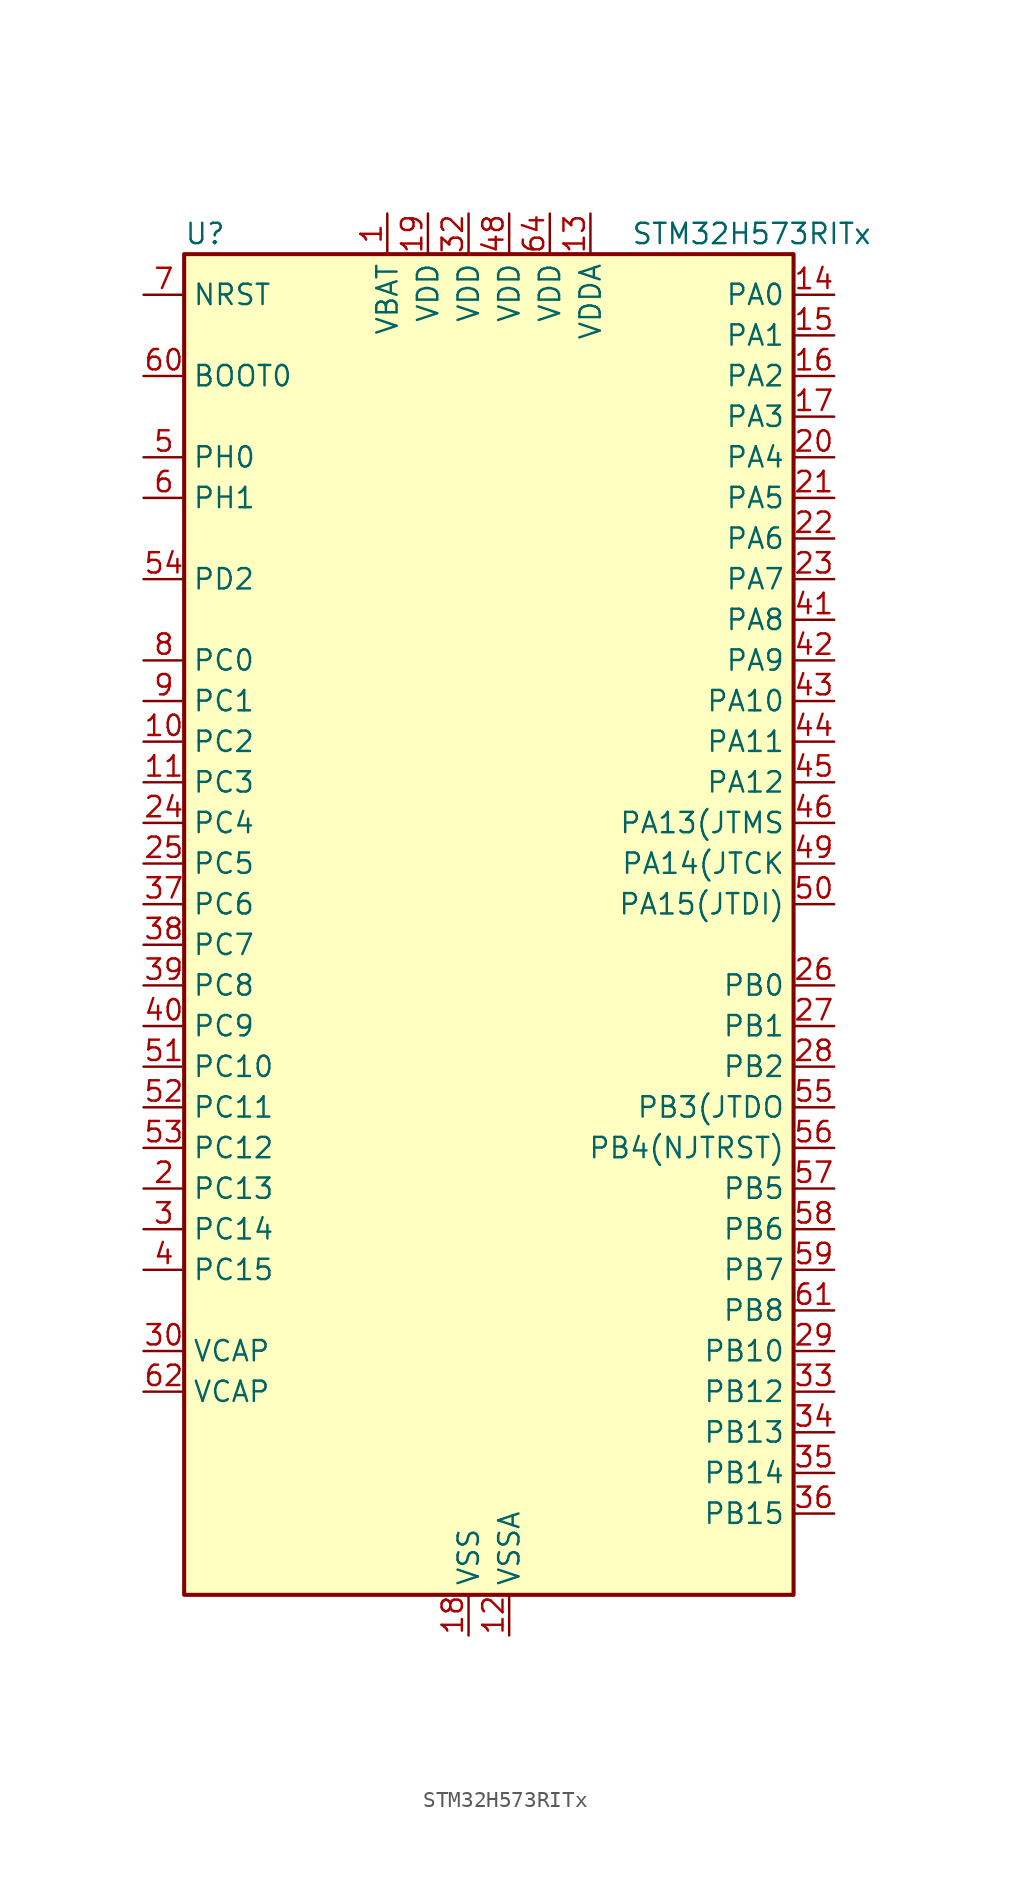
<source format=kicad_sym>
(kicad_symbol_lib
  (version 20231120)
  (generator "kicad-library-utils")
  (generator_version "8.0")
  (symbol "STM32H573RITx"
    (property "Reference" "U"
      (at -17.78 44.45 0)
      (effects (font (size 1.27 1.27)) (justify left)))
    (property "Value" "STM32H573RITx"
      (at 10.16 44.45 0)
      (effects (font (size 1.27 1.27)) (justify left)))
    (symbol "STM32H573RITx_0_1"
      (rectangle (start -17.78 -40.64) (end 20.32 43.18) (stroke (width 0.254) (type default)) (fill (type background))))
    (symbol "STM32H573RITx_1_1"
      (pin power_in line (at -5.08 45.72 270) (length 2.54) (name "VBAT" (effects (font (size 1.27 1.27)))) (number "1" (effects (font (size 1.27 1.27)))))
      (pin bidirectional line (at -20.32 12.7 0) (length 2.54) (name "PC2" (effects (font (size 1.27 1.27)))) (number "10" (effects (font (size 1.27 1.27)))) (alternate "ADC1_INN11" bidirectional line) (alternate "ADC1_INP12" bidirectional line) (alternate "ADC2_INN11" bidirectional line) (alternate "ADC2_INP12" bidirectional line) (alternate "ETH_TXD2" bidirectional line) (alternate "I2S2_SDI" bidirectional line) (alternate "OCTOSPI1_IO2" bidirectional line) (alternate "OCTOSPI1_IO5" bidirectional line) (alternate "PWR_CSLEEP" bidirectional line) (alternate "SPI2_MISO" bidirectional line) (alternate "TIM17_CH1" bidirectional line) (alternate "TIM4_CH4" bidirectional line))
      (pin bidirectional line (at -20.32 10.16 0) (length 2.54) (name "PC3" (effects (font (size 1.27 1.27)))) (number "11" (effects (font (size 1.27 1.27)))) (alternate "ADC1_INN12" bidirectional line) (alternate "ADC1_INP13" bidirectional line) (alternate "ADC2_INN12" bidirectional line) (alternate "ADC2_INP13" bidirectional line) (alternate "ETH_TX_CLK" bidirectional line) (alternate "I2S2_SDO" bidirectional line) (alternate "LPTIM3_CH1" bidirectional line) (alternate "OCTOSPI1_IO0" bidirectional line) (alternate "OCTOSPI1_IO6" bidirectional line) (alternate "PWR_CSTOP" bidirectional line) (alternate "SAI1_D3" bidirectional line) (alternate "SPI2_MOSI" bidirectional line))
      (pin power_in line (at 2.54 -43.18 90) (length 2.54) (name "VSSA" (effects (font (size 1.27 1.27)))) (number "12" (effects (font (size 1.27 1.27)))))
      (pin power_in line (at 7.62 45.72 270) (length 2.54) (name "VDDA" (effects (font (size 1.27 1.27)))) (number "13" (effects (font (size 1.27 1.27)))))
      (pin bidirectional line (at 22.86 40.64 180) (length 2.54) (name "PA0" (effects (font (size 1.27 1.27)))) (number "14" (effects (font (size 1.27 1.27)))) (alternate "ADC1_INN1" bidirectional line) (alternate "ADC1_INP0" bidirectional line) (alternate "ADC2_INN1" bidirectional line) (alternate "ADC2_INP0" bidirectional line) (alternate "ETH_CRS" bidirectional line) (alternate "PWR_WKUP1" bidirectional line) (alternate "SAI2_SD_B" bidirectional line) (alternate "SPI3_RDY" bidirectional line) (alternate "SPI6_NSS" bidirectional line) (alternate "TAMP_IN2" bidirectional line) (alternate "TAMP_OUT1" bidirectional line) (alternate "TIM15_BKIN" bidirectional line) (alternate "TIM2_CH1" bidirectional line) (alternate "TIM2_ETR" bidirectional line) (alternate "TIM5_CH1" bidirectional line) (alternate "TIM8_ETR" bidirectional line) (alternate "UART4_TX" bidirectional line) (alternate "USART2_CTS" bidirectional line) (alternate "USART2_NSS" bidirectional line))
      (pin bidirectional line (at 22.86 38.1 180) (length 2.54) (name "PA1" (effects (font (size 1.27 1.27)))) (number "15" (effects (font (size 1.27 1.27)))) (alternate "ADC1_INP1" bidirectional line) (alternate "ADC2_INP1" bidirectional line) (alternate "ETH_REF_CLK" bidirectional line) (alternate "ETH_RX_CLK" bidirectional line) (alternate "LPTIM1_IN1" bidirectional line) (alternate "OCTOSPI1_DQS" bidirectional line) (alternate "OCTOSPI1_IO3" bidirectional line) (alternate "SAI2_MCLK_B" bidirectional line) (alternate "TAMP_IN5" bidirectional line) (alternate "TAMP_OUT4" bidirectional line) (alternate "TIM15_CH1N" bidirectional line) (alternate "TIM2_CH2" bidirectional line) (alternate "TIM5_CH2" bidirectional line) (alternate "UART4_RX" bidirectional line) (alternate "USART2_RTS" bidirectional line))
      (pin bidirectional line (at 22.86 35.56 180) (length 2.54) (name "PA2" (effects (font (size 1.27 1.27)))) (number "16" (effects (font (size 1.27 1.27)))) (alternate "ADC1_INP14" bidirectional line) (alternate "ADC2_INP14" bidirectional line) (alternate "ETH_MDIO" bidirectional line) (alternate "LPTIM1_IN2" bidirectional line) (alternate "PWR_WKUP2" bidirectional line) (alternate "SAI2_SCK_B" bidirectional line) (alternate "TAMP_IN4" bidirectional line) (alternate "TAMP_OUT3" bidirectional line) (alternate "TIM15_CH1" bidirectional line) (alternate "TIM2_CH3" bidirectional line) (alternate "TIM5_CH3" bidirectional line) (alternate "USART2_TX" bidirectional line))
      (pin bidirectional line (at 22.86 33.02 180) (length 2.54) (name "PA3" (effects (font (size 1.27 1.27)))) (number "17" (effects (font (size 1.27 1.27)))) (alternate "ADC1_INP15" bidirectional line) (alternate "ADC2_INP15" bidirectional line) (alternate "ETH_COL" bidirectional line) (alternate "I2S2_WS" bidirectional line) (alternate "OCTOSPI1_CLK" bidirectional line) (alternate "SAI1_SD_B" bidirectional line) (alternate "SPI2_NSS" bidirectional line) (alternate "TIM15_CH2" bidirectional line) (alternate "TIM2_CH4" bidirectional line) (alternate "TIM5_CH4" bidirectional line) (alternate "USART2_RX" bidirectional line))
      (pin power_in line (at 0 -43.18 90) (length 2.54) (name "VSS" (effects (font (size 1.27 1.27)))) (number "18" (effects (font (size 1.27 1.27)))))
      (pin power_in line (at -2.54 45.72 270) (length 2.54) (name "VDD" (effects (font (size 1.27 1.27)))) (number "19" (effects (font (size 1.27 1.27)))))
      (pin bidirectional line (at -20.32 -15.24 0) (length 2.54) (name "PC13" (effects (font (size 1.27 1.27)))) (number "2" (effects (font (size 1.27 1.27)))) (alternate "PWR_WKUP4" bidirectional line) (alternate "RTC_OUT1" bidirectional line) (alternate "RTC_TS" bidirectional line) (alternate "TAMP_IN1" bidirectional line) (alternate "TAMP_OUT2" bidirectional line) (alternate "TAMP_OUT3" bidirectional line))
      (pin bidirectional line (at 22.86 30.48 180) (length 2.54) (name "PA4" (effects (font (size 1.27 1.27)))) (number "20" (effects (font (size 1.27 1.27)))) (alternate "ADC1_INP18" bidirectional line) (alternate "ADC2_INP18" bidirectional line) (alternate "DAC1_OUT1" bidirectional line) (alternate "DCMI_HSYNC" bidirectional line) (alternate "I2S1_WS" bidirectional line) (alternate "I2S3_WS" bidirectional line) (alternate "LPTIM2_CH1" bidirectional line) (alternate "PSSI_DE" bidirectional line) (alternate "SPI1_NSS" bidirectional line) (alternate "SPI3_NSS" bidirectional line) (alternate "SPI6_NSS" bidirectional line) (alternate "TIM5_ETR" bidirectional line) (alternate "USART2_CK" bidirectional line))
      (pin bidirectional line (at 22.86 27.94 180) (length 2.54) (name "PA5" (effects (font (size 1.27 1.27)))) (number "21" (effects (font (size 1.27 1.27)))) (alternate "ADC1_INN18" bidirectional line) (alternate "ADC1_INP19" bidirectional line) (alternate "ADC2_INN18" bidirectional line) (alternate "ADC2_INP19" bidirectional line) (alternate "DAC1_OUT2" bidirectional line) (alternate "ETH_TX_EN" bidirectional line) (alternate "I2S1_CK" bidirectional line) (alternate "PSSI_D14" bidirectional line) (alternate "SPI1_SCK" bidirectional line) (alternate "SPI6_SCK" bidirectional line) (alternate "TIM2_CH1" bidirectional line) (alternate "TIM2_ETR" bidirectional line) (alternate "TIM8_CH1N" bidirectional line))
      (pin bidirectional line (at 22.86 25.4 180) (length 2.54) (name "PA6" (effects (font (size 1.27 1.27)))) (number "22" (effects (font (size 1.27 1.27)))) (alternate "ADC1_INP3" bidirectional line) (alternate "ADC2_INP3" bidirectional line) (alternate "DCMI_PIXCLK" bidirectional line) (alternate "I2S1_SDI" bidirectional line) (alternate "OCTOSPI1_IO3" bidirectional line) (alternate "PSSI_PDCK" bidirectional line) (alternate "SPI1_MISO" bidirectional line) (alternate "SPI6_MISO" bidirectional line) (alternate "TIM13_CH1" bidirectional line) (alternate "TIM1_BKIN" bidirectional line) (alternate "TIM3_CH1" bidirectional line) (alternate "TIM8_BKIN" bidirectional line) (alternate "USART11_TX" bidirectional line))
      (pin bidirectional line (at 22.86 22.86 180) (length 2.54) (name "PA7" (effects (font (size 1.27 1.27)))) (number "23" (effects (font (size 1.27 1.27)))) (alternate "ADC1_INN3" bidirectional line) (alternate "ADC1_INP7" bidirectional line) (alternate "ADC2_INN3" bidirectional line) (alternate "ADC2_INP7" bidirectional line) (alternate "ETH_CRS_DV" bidirectional line) (alternate "ETH_RX_DV" bidirectional line) (alternate "I2S1_SDO" bidirectional line) (alternate "OCTOSPI1_IO2" bidirectional line) (alternate "SPI1_MOSI" bidirectional line) (alternate "SPI6_MOSI" bidirectional line) (alternate "TIM14_CH1" bidirectional line) (alternate "TIM1_CH1N" bidirectional line) (alternate "TIM3_CH2" bidirectional line) (alternate "TIM8_CH1N" bidirectional line) (alternate "USART11_RX" bidirectional line))
      (pin bidirectional line (at -20.32 7.62 0) (length 2.54) (name "PC4" (effects (font (size 1.27 1.27)))) (number "24" (effects (font (size 1.27 1.27)))) (alternate "ADC1_INP4" bidirectional line) (alternate "ADC2_INP4" bidirectional line) (alternate "ETH_RXD0" bidirectional line) (alternate "I2S1_MCK" bidirectional line) (alternate "LPTIM2_ETR" bidirectional line) (alternate "SAI1_CK1" bidirectional line) (alternate "TIM2_CH4" bidirectional line) (alternate "USART3_RX" bidirectional line))
      (pin bidirectional line (at -20.32 5.08 0) (length 2.54) (name "PC5" (effects (font (size 1.27 1.27)))) (number "25" (effects (font (size 1.27 1.27)))) (alternate "ADC1_INN4" bidirectional line) (alternate "ADC1_INP8" bidirectional line) (alternate "ADC2_INN4" bidirectional line) (alternate "ADC2_INP8" bidirectional line) (alternate "ETH_RXD1" bidirectional line) (alternate "OCTOSPI1_DQS" bidirectional line) (alternate "PSSI_D15" bidirectional line) (alternate "SAI1_D3" bidirectional line) (alternate "SAI1_FS_A" bidirectional line) (alternate "TIM1_CH4N" bidirectional line))
      (pin bidirectional line (at 22.86 -2.54 180) (length 2.54) (name "PB0" (effects (font (size 1.27 1.27)))) (number "26" (effects (font (size 1.27 1.27)))) (alternate "ADC1_INN5" bidirectional line) (alternate "ADC1_INP9" bidirectional line) (alternate "ADC2_INN5" bidirectional line) (alternate "ADC2_INP9" bidirectional line) (alternate "ETH_RXD2" bidirectional line) (alternate "LPTIM3_CH1" bidirectional line) (alternate "OCTOSPI1_IO1" bidirectional line) (alternate "TIM1_CH2N" bidirectional line) (alternate "TIM3_CH3" bidirectional line) (alternate "TIM8_CH2N" bidirectional line) (alternate "UART4_CTS" bidirectional line) (alternate "USART11_CK" bidirectional line))
      (pin bidirectional line (at 22.86 -5.08 180) (length 2.54) (name "PB1" (effects (font (size 1.27 1.27)))) (number "27" (effects (font (size 1.27 1.27)))) (alternate "ADC1_INP5" bidirectional line) (alternate "ADC2_INP5" bidirectional line) (alternate "ETH_RXD3" bidirectional line) (alternate "LPTIM3_CH2" bidirectional line) (alternate "OCTOSPI1_IO0" bidirectional line) (alternate "TIM1_CH3N" bidirectional line) (alternate "TIM3_CH4" bidirectional line) (alternate "TIM8_CH3N" bidirectional line))
      (pin bidirectional line (at 22.86 -7.62 180) (length 2.54) (name "PB2" (effects (font (size 1.27 1.27)))) (number "28" (effects (font (size 1.27 1.27)))) (alternate "I2S3_SDO" bidirectional line) (alternate "LPTIM1_CH1" bidirectional line) (alternate "LPTIM5_ETR" bidirectional line) (alternate "OCTOSPI1_CLK" bidirectional line) (alternate "OCTOSPI1_DQS" bidirectional line) (alternate "RCC_LSCO" bidirectional line) (alternate "RTC_OUT2" bidirectional line) (alternate "SAI1_D1" bidirectional line) (alternate "SAI1_SD_A" bidirectional line) (alternate "SDMMC1_CMD" bidirectional line) (alternate "SPI1_RDY" bidirectional line) (alternate "SPI3_MOSI" bidirectional line) (alternate "TIM8_CH4N" bidirectional line))
      (pin bidirectional line (at 22.86 -25.4 180) (length 2.54) (name "PB10" (effects (font (size 1.27 1.27)))) (number "29" (effects (font (size 1.27 1.27)))) (alternate "ETH_RX_ER" bidirectional line) (alternate "I2C2_SCL" bidirectional line) (alternate "I2S2_CK" bidirectional line) (alternate "LPTIM2_IN1" bidirectional line) (alternate "LPTIM3_CH1" bidirectional line) (alternate "OCTOSPI1_NCS" bidirectional line) (alternate "SPI2_SCK" bidirectional line) (alternate "TIM2_CH3" bidirectional line) (alternate "USART3_TX" bidirectional line))
      (pin bidirectional line (at -20.32 -17.78 0) (length 2.54) (name "PC14" (effects (font (size 1.27 1.27)))) (number "3" (effects (font (size 1.27 1.27)))) (alternate "RCC_OSC32_IN" bidirectional line))
      (pin power_out line (at -20.32 -25.4 0) (length 2.54) (name "VCAP" (effects (font (size 1.27 1.27)))) (number "30" (effects (font (size 1.27 1.27)))))
      (pin passive line (at 0 -43.18 90) (length 2.54) hide (name "VSS" (effects (font (size 1.27 1.27)))) (number "31" (effects (font (size 1.27 1.27)))))
      (pin power_in line (at 0 45.72 270) (length 2.54) (name "VDD" (effects (font (size 1.27 1.27)))) (number "32" (effects (font (size 1.27 1.27)))))
      (pin bidirectional line (at 22.86 -27.94 180) (length 2.54) (name "PB12" (effects (font (size 1.27 1.27)))) (number "33" (effects (font (size 1.27 1.27)))) (alternate "ETH_TXD0" bidirectional line) (alternate "FDCAN2_RX" bidirectional line) (alternate "I2C2_SDA" bidirectional line) (alternate "I2S2_WS" bidirectional line) (alternate "OCTOSPI1_NCLK" bidirectional line) (alternate "SPI2_NSS" bidirectional line) (alternate "TIM1_BKIN" bidirectional line) (alternate "UART5_RX" bidirectional line) (alternate "UCPD1_FRSTX" bidirectional line) (alternate "USART3_CK" bidirectional line))
      (pin bidirectional line (at 22.86 -30.48 180) (length 2.54) (name "PB13" (effects (font (size 1.27 1.27)))) (number "34" (effects (font (size 1.27 1.27)))) (alternate "FDCAN2_TX" bidirectional line) (alternate "I2C2_SMBA" bidirectional line) (alternate "I2S2_CK" bidirectional line) (alternate "LPTIM2_CH1" bidirectional line) (alternate "LPTIM3_IN1" bidirectional line) (alternate "SDMMC1_D0" bidirectional line) (alternate "SPI2_SCK" bidirectional line) (alternate "TIM1_CH1N" bidirectional line) (alternate "UART5_TX" bidirectional line) (alternate "UCPD1_CC1" bidirectional line) (alternate "USART3_CTS" bidirectional line) (alternate "USART3_NSS" bidirectional line))
      (pin bidirectional line (at 22.86 -33.02 180) (length 2.54) (name "PB14" (effects (font (size 1.27 1.27)))) (number "35" (effects (font (size 1.27 1.27)))) (alternate "I2S2_SDI" bidirectional line) (alternate "LPTIM3_ETR" bidirectional line) (alternate "SPI2_MISO" bidirectional line) (alternate "TIM12_CH1" bidirectional line) (alternate "TIM1_CH2N" bidirectional line) (alternate "TIM8_CH2N" bidirectional line) (alternate "UART4_DE" bidirectional line) (alternate "UART4_RTS" bidirectional line) (alternate "UCPD1_CC2" bidirectional line) (alternate "USART1_TX" bidirectional line) (alternate "USART3_RTS" bidirectional line))
      (pin bidirectional line (at 22.86 -35.56 180) (length 2.54) (name "PB15" (effects (font (size 1.27 1.27)))) (number "36" (effects (font (size 1.27 1.27)))) (alternate "ADC1_EXTI15" bidirectional line) (alternate "ADC2_EXTI15" bidirectional line) (alternate "DCMI_D2" bidirectional line) (alternate "ETH_TXD1" bidirectional line) (alternate "I2S2_SDO" bidirectional line) (alternate "OCTOSPI1_CLK" bidirectional line) (alternate "PSSI_D2" bidirectional line) (alternate "PWR_PVD_IN" bidirectional line) (alternate "RTC_REFIN" bidirectional line) (alternate "SPI2_MOSI" bidirectional line) (alternate "TIM12_CH2" bidirectional line) (alternate "TIM1_CH3N" bidirectional line) (alternate "TIM8_CH3N" bidirectional line) (alternate "UART4_CTS" bidirectional line) (alternate "UART5_RX" bidirectional line) (alternate "USART11_CTS" bidirectional line) (alternate "USART11_NSS" bidirectional line) (alternate "USART1_RX" bidirectional line))
      (pin bidirectional line (at -20.32 2.54 0) (length 2.54) (name "PC6" (effects (font (size 1.27 1.27)))) (number "37" (effects (font (size 1.27 1.27)))) (alternate "DCMI_D0" bidirectional line) (alternate "I2S2_MCK" bidirectional line) (alternate "OCTOSPI1_IO5" bidirectional line) (alternate "PSSI_D0" bidirectional line) (alternate "SAI1_SCK_A" bidirectional line) (alternate "SDMMC1_D0DIR" bidirectional line) (alternate "SDMMC1_D6" bidirectional line) (alternate "TIM3_CH1" bidirectional line) (alternate "TIM8_CH1" bidirectional line) (alternate "USART6_TX" bidirectional line))
      (pin bidirectional line (at -20.32 0 0) (length 2.54) (name "PC7" (effects (font (size 1.27 1.27)))) (number "38" (effects (font (size 1.27 1.27)))) (alternate "DCMI_D1" bidirectional line) (alternate "DEBUG_TRGIO" bidirectional line) (alternate "I2S3_MCK" bidirectional line) (alternate "OCTOSPI1_IO6" bidirectional line) (alternate "PSSI_D1" bidirectional line) (alternate "SDMMC1_D123DIR" bidirectional line) (alternate "SDMMC1_D7" bidirectional line) (alternate "TIM3_CH2" bidirectional line) (alternate "TIM8_CH2" bidirectional line) (alternate "USART6_RX" bidirectional line))
      (pin bidirectional line (at -20.32 -2.54 0) (length 2.54) (name "PC8" (effects (font (size 1.27 1.27)))) (number "39" (effects (font (size 1.27 1.27)))) (alternate "DCMI_D2" bidirectional line) (alternate "DEBUG_TRACED1" bidirectional line) (alternate "PSSI_D2" bidirectional line) (alternate "SDMMC1_D0" bidirectional line) (alternate "TIM3_CH3" bidirectional line) (alternate "TIM8_CH3" bidirectional line) (alternate "UART5_DE" bidirectional line) (alternate "UART5_RTS" bidirectional line) (alternate "USART6_CK" bidirectional line))
      (pin bidirectional line (at -20.32 -20.32 0) (length 2.54) (name "PC15" (effects (font (size 1.27 1.27)))) (number "4" (effects (font (size 1.27 1.27)))) (alternate "ADC1_EXTI15" bidirectional line) (alternate "ADC2_EXTI15" bidirectional line) (alternate "RCC_OSC32_OUT" bidirectional line))
      (pin bidirectional line (at -20.32 -5.08 0) (length 2.54) (name "PC9" (effects (font (size 1.27 1.27)))) (number "40" (effects (font (size 1.27 1.27)))) (alternate "AUDIOCLK" bidirectional line) (alternate "DAC1_EXTI9" bidirectional line) (alternate "DCMI_D3" bidirectional line) (alternate "I2C3_SDA" bidirectional line) (alternate "OCTOSPI1_IO0" bidirectional line) (alternate "PSSI_D3" bidirectional line) (alternate "RCC_MCO_2" bidirectional line) (alternate "SDMMC1_D1" bidirectional line) (alternate "TIM3_CH4" bidirectional line) (alternate "TIM8_CH4" bidirectional line) (alternate "UART5_CTS" bidirectional line) (alternate "UCPD1_DB2" bidirectional line))
      (pin bidirectional line (at 22.86 20.32 180) (length 2.54) (name "PA8" (effects (font (size 1.27 1.27)))) (number "41" (effects (font (size 1.27 1.27)))) (alternate "DCMI_D3" bidirectional line) (alternate "I2C3_SCL" bidirectional line) (alternate "PSSI_D3" bidirectional line) (alternate "RCC_MCO_1" bidirectional line) (alternate "SPI1_RDY" bidirectional line) (alternate "TIM1_CH1" bidirectional line) (alternate "TIM8_BKIN2" bidirectional line) (alternate "UART7_RX" bidirectional line) (alternate "USART1_CK" bidirectional line) (alternate "USB_SOF" bidirectional line))
      (pin bidirectional line (at 22.86 17.78 180) (length 2.54) (name "PA9" (effects (font (size 1.27 1.27)))) (number "42" (effects (font (size 1.27 1.27)))) (alternate "DAC1_EXTI9" bidirectional line) (alternate "DCMI_D0" bidirectional line) (alternate "ETH_TX_ER" bidirectional line) (alternate "I2C3_SMBA" bidirectional line) (alternate "I2S2_CK" bidirectional line) (alternate "LPUART1_TX" bidirectional line) (alternate "PSSI_D0" bidirectional line) (alternate "SPI2_SCK" bidirectional line) (alternate "TIM1_CH2" bidirectional line) (alternate "UCPD1_DB1" bidirectional line) (alternate "USART1_TX" bidirectional line))
      (pin bidirectional line (at 22.86 15.24 180) (length 2.54) (name "PA10" (effects (font (size 1.27 1.27)))) (number "43" (effects (font (size 1.27 1.27)))) (alternate "DCMI_D1" bidirectional line) (alternate "FDCAN2_TX" bidirectional line) (alternate "LPTIM2_IN2" bidirectional line) (alternate "LPUART1_RX" bidirectional line) (alternate "PSSI_D1" bidirectional line) (alternate "SDMMC1_D0" bidirectional line) (alternate "TIM1_CH3" bidirectional line) (alternate "UCPD1_FRSTX" bidirectional line) (alternate "USART1_RX" bidirectional line))
      (pin bidirectional line (at 22.86 12.7 180) (length 2.54) (name "PA11" (effects (font (size 1.27 1.27)))) (number "44" (effects (font (size 1.27 1.27)))) (alternate "ADC1_EXTI11" bidirectional line) (alternate "ADC2_EXTI11" bidirectional line) (alternate "FDCAN1_RX" bidirectional line) (alternate "I2S2_WS" bidirectional line) (alternate "LPUART1_CTS" bidirectional line) (alternate "SPI2_NSS" bidirectional line) (alternate "TIM1_CH4" bidirectional line) (alternate "UART4_RX" bidirectional line) (alternate "USART1_CTS" bidirectional line) (alternate "USART1_NSS" bidirectional line) (alternate "USB_DM" bidirectional line))
      (pin bidirectional line (at 22.86 10.16 180) (length 2.54) (name "PA12" (effects (font (size 1.27 1.27)))) (number "45" (effects (font (size 1.27 1.27)))) (alternate "FDCAN1_TX" bidirectional line) (alternate "I2S2_CK" bidirectional line) (alternate "LPUART1_RTS" bidirectional line) (alternate "SAI2_FS_B" bidirectional line) (alternate "SPI2_SCK" bidirectional line) (alternate "TIM1_ETR" bidirectional line) (alternate "UART4_TX" bidirectional line) (alternate "USART1_RTS" bidirectional line) (alternate "USB_DP" bidirectional line))
      (pin bidirectional line (at 22.86 7.62 180) (length 2.54) (name "PA13(JTMS" (effects (font (size 1.27 1.27)))) (number "46" (effects (font (size 1.27 1.27)))) (alternate "DEBUG_JTMS-SWDIO" bidirectional line))
      (pin passive line (at 0 -43.18 90) (length 2.54) hide (name "VSS" (effects (font (size 1.27 1.27)))) (number "47" (effects (font (size 1.27 1.27)))))
      (pin power_in line (at 2.54 45.72 270) (length 2.54) (name "VDD" (effects (font (size 1.27 1.27)))) (number "48" (effects (font (size 1.27 1.27)))))
      (pin bidirectional line (at 22.86 5.08 180) (length 2.54) (name "PA14(JTCK" (effects (font (size 1.27 1.27)))) (number "49" (effects (font (size 1.27 1.27)))) (alternate "DEBUG_JTCK-SWCLK" bidirectional line))
      (pin bidirectional line (at -20.32 30.48 0) (length 2.54) (name "PH0" (effects (font (size 1.27 1.27)))) (number "5" (effects (font (size 1.27 1.27)))) (alternate "RCC_OSC_IN" bidirectional line))
      (pin bidirectional line (at 22.86 2.54 180) (length 2.54) (name "PA15(JTDI)" (effects (font (size 1.27 1.27)))) (number "50" (effects (font (size 1.27 1.27)))) (alternate "ADC1_EXTI15" bidirectional line) (alternate "ADC2_EXTI15" bidirectional line) (alternate "CEC" bidirectional line) (alternate "DCMI_D11" bidirectional line) (alternate "DEBUG_JTDI" bidirectional line) (alternate "I2S1_WS" bidirectional line) (alternate "I2S3_WS" bidirectional line) (alternate "LPTIM3_IN2" bidirectional line) (alternate "PSSI_D11" bidirectional line) (alternate "SPI1_NSS" bidirectional line) (alternate "SPI3_NSS" bidirectional line) (alternate "SPI6_NSS" bidirectional line) (alternate "TIM2_CH1" bidirectional line) (alternate "TIM2_ETR" bidirectional line) (alternate "UART4_DE" bidirectional line) (alternate "UART4_RTS" bidirectional line) (alternate "UART7_TX" bidirectional line))
      (pin bidirectional line (at -20.32 -7.62 0) (length 2.54) (name "PC10" (effects (font (size 1.27 1.27)))) (number "51" (effects (font (size 1.27 1.27)))) (alternate "DCMI_D8" bidirectional line) (alternate "ETH_TXD0" bidirectional line) (alternate "I2S3_CK" bidirectional line) (alternate "LPTIM3_ETR" bidirectional line) (alternate "OCTOSPI1_IO1" bidirectional line) (alternate "PSSI_D8" bidirectional line) (alternate "SDMMC1_D2" bidirectional line) (alternate "SPI3_SCK" bidirectional line) (alternate "UART4_TX" bidirectional line) (alternate "USART3_TX" bidirectional line))
      (pin bidirectional line (at -20.32 -10.16 0) (length 2.54) (name "PC11" (effects (font (size 1.27 1.27)))) (number "52" (effects (font (size 1.27 1.27)))) (alternate "ADC1_EXTI11" bidirectional line) (alternate "ADC2_EXTI11" bidirectional line) (alternate "DCMI_D4" bidirectional line) (alternate "I2S3_SDI" bidirectional line) (alternate "LPTIM3_IN1" bidirectional line) (alternate "OCTOSPI1_NCS" bidirectional line) (alternate "PSSI_D4" bidirectional line) (alternate "SDMMC1_D3" bidirectional line) (alternate "SPI3_MISO" bidirectional line) (alternate "UART4_RX" bidirectional line) (alternate "USART3_RX" bidirectional line))
      (pin bidirectional line (at -20.32 -12.7 0) (length 2.54) (name "PC12" (effects (font (size 1.27 1.27)))) (number "53" (effects (font (size 1.27 1.27)))) (alternate "DCMI_D9" bidirectional line) (alternate "DEBUG_TRACED3" bidirectional line) (alternate "I2S3_SDO" bidirectional line) (alternate "PSSI_D9" bidirectional line) (alternate "SDMMC1_CK" bidirectional line) (alternate "SPI3_MOSI" bidirectional line) (alternate "SPI6_SCK" bidirectional line) (alternate "TIM15_CH1" bidirectional line) (alternate "UART5_TX" bidirectional line) (alternate "USART3_CK" bidirectional line))
      (pin bidirectional line (at -20.32 22.86 0) (length 2.54) (name "PD2" (effects (font (size 1.27 1.27)))) (number "54" (effects (font (size 1.27 1.27)))) (alternate "DCMI_D11" bidirectional line) (alternate "DEBUG_TRACED2" bidirectional line) (alternate "LPTIM4_ETR" bidirectional line) (alternate "PSSI_D11" bidirectional line) (alternate "PWR_WKUP7" bidirectional line) (alternate "SDMMC1_CMD" bidirectional line) (alternate "TIM15_BKIN" bidirectional line) (alternate "TIM3_ETR" bidirectional line) (alternate "UART5_RX" bidirectional line))
      (pin bidirectional line (at 22.86 -10.16 180) (length 2.54) (name "PB3(JTDO" (effects (font (size 1.27 1.27)))) (number "55" (effects (font (size 1.27 1.27)))) (alternate "CRS_SYNC" bidirectional line) (alternate "DEBUG_JTDO-SWO" bidirectional line) (alternate "I2C2_SDA" bidirectional line) (alternate "I2S1_CK" bidirectional line) (alternate "I2S3_CK" bidirectional line) (alternate "LPTIM6_ETR" bidirectional line) (alternate "SPI1_SCK" bidirectional line) (alternate "SPI3_SCK" bidirectional line) (alternate "SPI6_SCK" bidirectional line) (alternate "TIM2_CH2" bidirectional line) (alternate "UART7_RX" bidirectional line))
      (pin bidirectional line (at 22.86 -12.7 180) (length 2.54) (name "PB4(NJTRST)" (effects (font (size 1.27 1.27)))) (number "56" (effects (font (size 1.27 1.27)))) (alternate "DCMI_D7" bidirectional line) (alternate "DEBUG_JTRST" bidirectional line) (alternate "I2S1_SDI" bidirectional line) (alternate "I2S2_WS" bidirectional line) (alternate "I2S3_SDI" bidirectional line) (alternate "LPTIM1_CH2" bidirectional line) (alternate "OCTOSPI1_CLK" bidirectional line) (alternate "PSSI_D7" bidirectional line) (alternate "SPI1_MISO" bidirectional line) (alternate "SPI2_NSS" bidirectional line) (alternate "SPI3_MISO" bidirectional line) (alternate "SPI6_MISO" bidirectional line) (alternate "TIM16_BKIN" bidirectional line) (alternate "TIM3_CH1" bidirectional line) (alternate "UART7_TX" bidirectional line))
      (pin bidirectional line (at 22.86 -15.24 180) (length 2.54) (name "PB5" (effects (font (size 1.27 1.27)))) (number "57" (effects (font (size 1.27 1.27)))) (alternate "DCMI_D10" bidirectional line) (alternate "ETH_PPS_OUT" bidirectional line) (alternate "FDCAN2_RX" bidirectional line) (alternate "I2C1_SMBA" bidirectional line) (alternate "I2C4_SMBA" bidirectional line) (alternate "I2S1_SDO" bidirectional line) (alternate "I2S3_SDO" bidirectional line) (alternate "OCTOSPI1_NCLK" bidirectional line) (alternate "PSSI_D10" bidirectional line) (alternate "SPI1_MOSI" bidirectional line) (alternate "SPI3_MOSI" bidirectional line) (alternate "SPI6_MOSI" bidirectional line) (alternate "TIM17_BKIN" bidirectional line) (alternate "TIM3_CH2" bidirectional line) (alternate "UART5_RX" bidirectional line))
      (pin bidirectional line (at 22.86 -17.78 180) (length 2.54) (name "PB6" (effects (font (size 1.27 1.27)))) (number "58" (effects (font (size 1.27 1.27)))) (alternate "CEC" bidirectional line) (alternate "DCMI_D5" bidirectional line) (alternate "FDCAN2_TX" bidirectional line) (alternate "I2C1_SCL" bidirectional line) (alternate "I2C4_SCL" bidirectional line) (alternate "I3C1_SCL" bidirectional line) (alternate "LPUART1_TX" bidirectional line) (alternate "OCTOSPI1_NCS" bidirectional line) (alternate "PSSI_D5" bidirectional line) (alternate "TIM16_CH1N" bidirectional line) (alternate "TIM4_CH1" bidirectional line) (alternate "UART5_TX" bidirectional line) (alternate "USART1_TX" bidirectional line))
      (pin bidirectional line (at 22.86 -20.32 180) (length 2.54) (name "PB7" (effects (font (size 1.27 1.27)))) (number "59" (effects (font (size 1.27 1.27)))) (alternate "DCMI_VSYNC" bidirectional line) (alternate "FDCAN1_TX" bidirectional line) (alternate "I2C1_SDA" bidirectional line) (alternate "I2C4_SDA" bidirectional line) (alternate "I3C1_SDA" bidirectional line) (alternate "LPUART1_RX" bidirectional line) (alternate "PSSI_RDY" bidirectional line) (alternate "PWR_WKUP5" bidirectional line) (alternate "TIM17_CH1N" bidirectional line) (alternate "TIM4_CH2" bidirectional line) (alternate "USART1_RX" bidirectional line))
      (pin bidirectional line (at -20.32 27.94 0) (length 2.54) (name "PH1" (effects (font (size 1.27 1.27)))) (number "6" (effects (font (size 1.27 1.27)))) (alternate "RCC_OSC_OUT" bidirectional line))
      (pin input line (at -20.32 35.56 0) (length 2.54) (name "BOOT0" (effects (font (size 1.27 1.27)))) (number "60" (effects (font (size 1.27 1.27)))))
      (pin bidirectional line (at 22.86 -22.86 180) (length 2.54) (name "PB8" (effects (font (size 1.27 1.27)))) (number "61" (effects (font (size 1.27 1.27)))) (alternate "DCMI_D6" bidirectional line) (alternate "ETH_TXD3" bidirectional line) (alternate "FDCAN1_RX" bidirectional line) (alternate "I2C1_SCL" bidirectional line) (alternate "I2C4_SCL" bidirectional line) (alternate "I3C1_SCL" bidirectional line) (alternate "PSSI_D6" bidirectional line) (alternate "SDMMC1_CKIN" bidirectional line) (alternate "SDMMC1_D4" bidirectional line) (alternate "TIM16_CH1" bidirectional line) (alternate "TIM4_CH3" bidirectional line) (alternate "UART4_RX" bidirectional line))
      (pin power_out line (at -20.32 -27.94 0) (length 2.54) (name "VCAP" (effects (font (size 1.27 1.27)))) (number "62" (effects (font (size 1.27 1.27)))))
      (pin passive line (at 0 -43.18 90) (length 2.54) hide (name "VSS" (effects (font (size 1.27 1.27)))) (number "63" (effects (font (size 1.27 1.27)))))
      (pin power_in line (at 5.08 45.72 270) (length 2.54) (name "VDD" (effects (font (size 1.27 1.27)))) (number "64" (effects (font (size 1.27 1.27)))))
      (pin input line (at -20.32 40.64 0) (length 2.54) (name "NRST" (effects (font (size 1.27 1.27)))) (number "7" (effects (font (size 1.27 1.27)))))
      (pin bidirectional line (at -20.32 17.78 0) (length 2.54) (name "PC0" (effects (font (size 1.27 1.27)))) (number "8" (effects (font (size 1.27 1.27)))) (alternate "ADC1_INP10" bidirectional line) (alternate "ADC2_INP10" bidirectional line) (alternate "OCTOSPI1_IO7" bidirectional line) (alternate "SAI1_MCLK_A" bidirectional line) (alternate "SAI2_FS_B" bidirectional line) (alternate "SPI2_RDY" bidirectional line) (alternate "TIM16_BKIN" bidirectional line))
      (pin bidirectional line (at -20.32 15.24 0) (length 2.54) (name "PC1" (effects (font (size 1.27 1.27)))) (number "9" (effects (font (size 1.27 1.27)))) (alternate "ADC1_INN10" bidirectional line) (alternate "ADC1_INP11" bidirectional line) (alternate "ADC2_INN10" bidirectional line) (alternate "ADC2_INP11" bidirectional line) (alternate "DEBUG_TRACED0" bidirectional line) (alternate "ETH_MDC" bidirectional line) (alternate "I2S2_SDO" bidirectional line) (alternate "OCTOSPI1_IO4" bidirectional line) (alternate "PWR_WKUP6" bidirectional line) (alternate "SAI1_D1" bidirectional line) (alternate "SAI1_SD_A" bidirectional line) (alternate "SAI2_SD_A" bidirectional line) (alternate "SPI2_MOSI" bidirectional line) (alternate "TAMP_IN3" bidirectional line) (alternate "TAMP_OUT5" bidirectional line) (alternate "USART11_RTS" bidirectional line)))))
</source>
